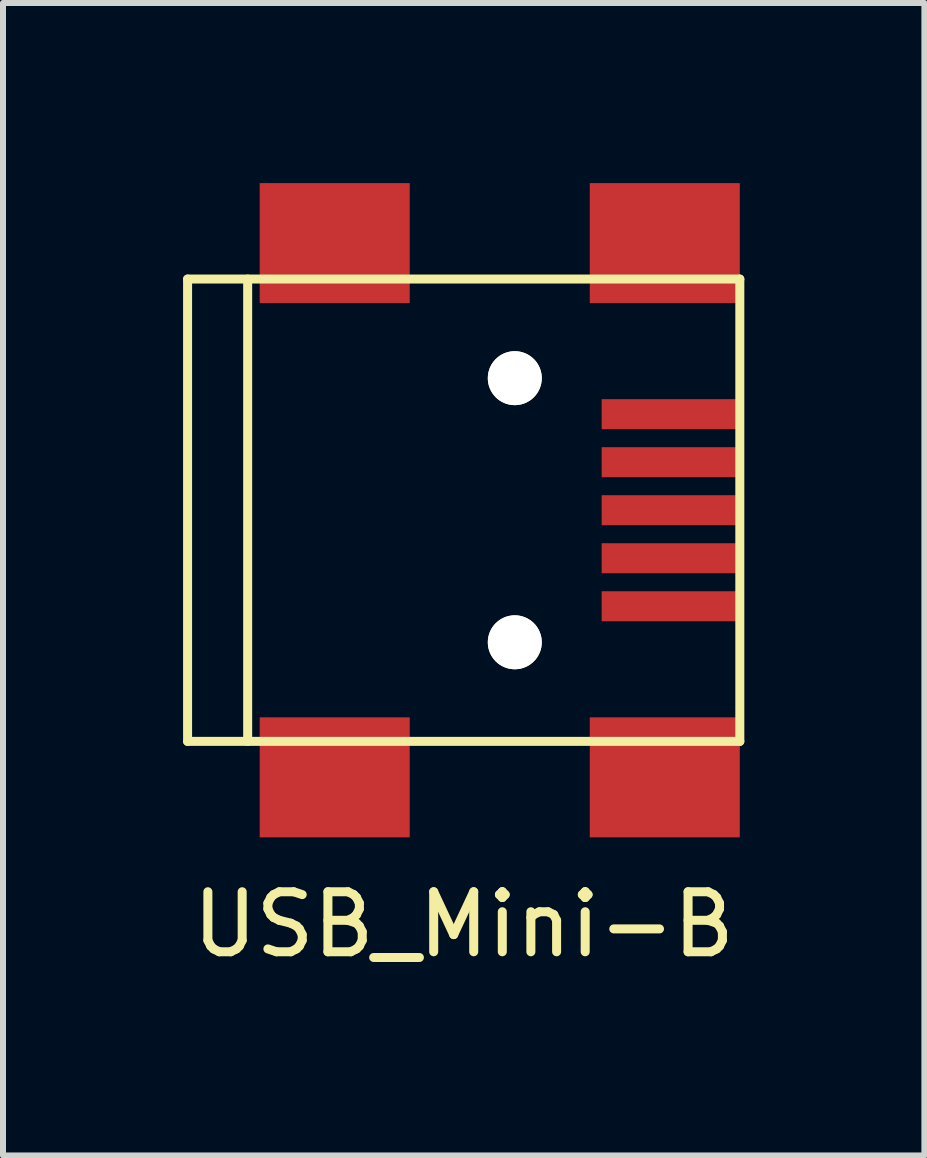
<source format=kicad_pcb>
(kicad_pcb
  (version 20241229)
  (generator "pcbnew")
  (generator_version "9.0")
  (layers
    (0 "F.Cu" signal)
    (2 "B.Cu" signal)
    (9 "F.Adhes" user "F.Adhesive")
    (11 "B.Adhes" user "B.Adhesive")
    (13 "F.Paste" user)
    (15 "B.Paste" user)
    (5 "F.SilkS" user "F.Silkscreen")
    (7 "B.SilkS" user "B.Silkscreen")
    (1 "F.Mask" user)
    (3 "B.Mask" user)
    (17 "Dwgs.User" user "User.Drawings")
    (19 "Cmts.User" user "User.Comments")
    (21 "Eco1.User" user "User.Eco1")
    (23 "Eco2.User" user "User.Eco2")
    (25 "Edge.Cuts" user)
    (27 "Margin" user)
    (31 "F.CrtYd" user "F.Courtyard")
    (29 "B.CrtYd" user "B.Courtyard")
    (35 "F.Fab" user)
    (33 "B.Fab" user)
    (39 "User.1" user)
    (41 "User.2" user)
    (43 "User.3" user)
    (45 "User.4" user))
  (footprint "USB_Mini-B"
    (layer "F.Cu")
    (at 4.675 5.45)
    (property "Reference" "USB_Mini-B" (at 0 6.901 0) (layer "F.SilkS") (effects (font (size 1 1) (thickness 0.15))))
    (attr through_hole)
    (fp_line (start -4.6 -3.851) (end -4.6 3.851) (stroke (width 0.15) (type solid)) (layer "F.SilkS"))
    (fp_line (start -4.6 3.851) (end 4.6 3.851) (stroke (width 0.15) (type solid)) (layer "F.SilkS"))
    (fp_line (start -3.599 -3.851) (end -3.599 3.851) (stroke (width 0.15) (type solid)) (layer "F.SilkS"))
    (fp_line (start 4.6 -3.851) (end -4.6 -3.851) (stroke (width 0.15) (type solid)) (layer "F.SilkS"))
    (fp_line (start 4.6 3.851) (end 4.6 -3.851) (stroke (width 0.15) (type solid)) (layer "F.SilkS"))
    (pad "" np_thru_hole circle (at 0.851 -2.2) (size 0.899 0.899) (drill 0.899) (layers "*.Cu" "*.Mask" "F.SilkS"))
    (pad "" np_thru_hole circle (at 0.851 2.2) (size 0.899 0.899) (drill 0.899) (layers "*.Cu" "*.Mask" "F.SilkS"))
    (pad "1" smd rect (at 3.449 -1.6) (size 2.301 0.5) (layers "F.Cu" "F.Mask" "F.Paste"))
    (pad "2" smd rect (at 3.449 -0.8) (size 2.301 0.5) (layers "F.Cu" "F.Mask" "F.Paste"))
    (pad "3" smd rect (at 3.449 0) (size 2.301 0.5) (layers "F.Cu" "F.Mask" "F.Paste"))
    (pad "4" smd rect (at 3.449 0.8) (size 2.301 0.5) (layers "F.Cu" "F.Mask" "F.Paste"))
    (pad "5" smd rect (at 3.449 1.6) (size 2.301 0.5) (layers "F.Cu" "F.Mask" "F.Paste"))
    (pad "6" smd rect (at 3.35 -4.45) (size 2.499 1.999) (layers "F.Cu" "F.Mask" "F.Paste"))
    (pad "7" smd rect (at -2.149 -4.45) (size 2.499 1.999) (layers "F.Cu" "F.Mask" "F.Paste"))
    (pad "8" smd rect (at 3.35 4.45) (size 2.499 1.999) (layers "F.Cu" "F.Mask" "F.Paste"))
    (pad "9" smd rect (at -2.149 4.45) (size 2.499 1.999) (layers "F.Cu" "F.Mask" "F.Paste")))
  (gr_rect
    (start -3 -3)
    (end 12.35 16.199)
    (stroke (width 0.1) (type default))
    (fill no)
    (layer "Edge.Cuts")))
</source>
